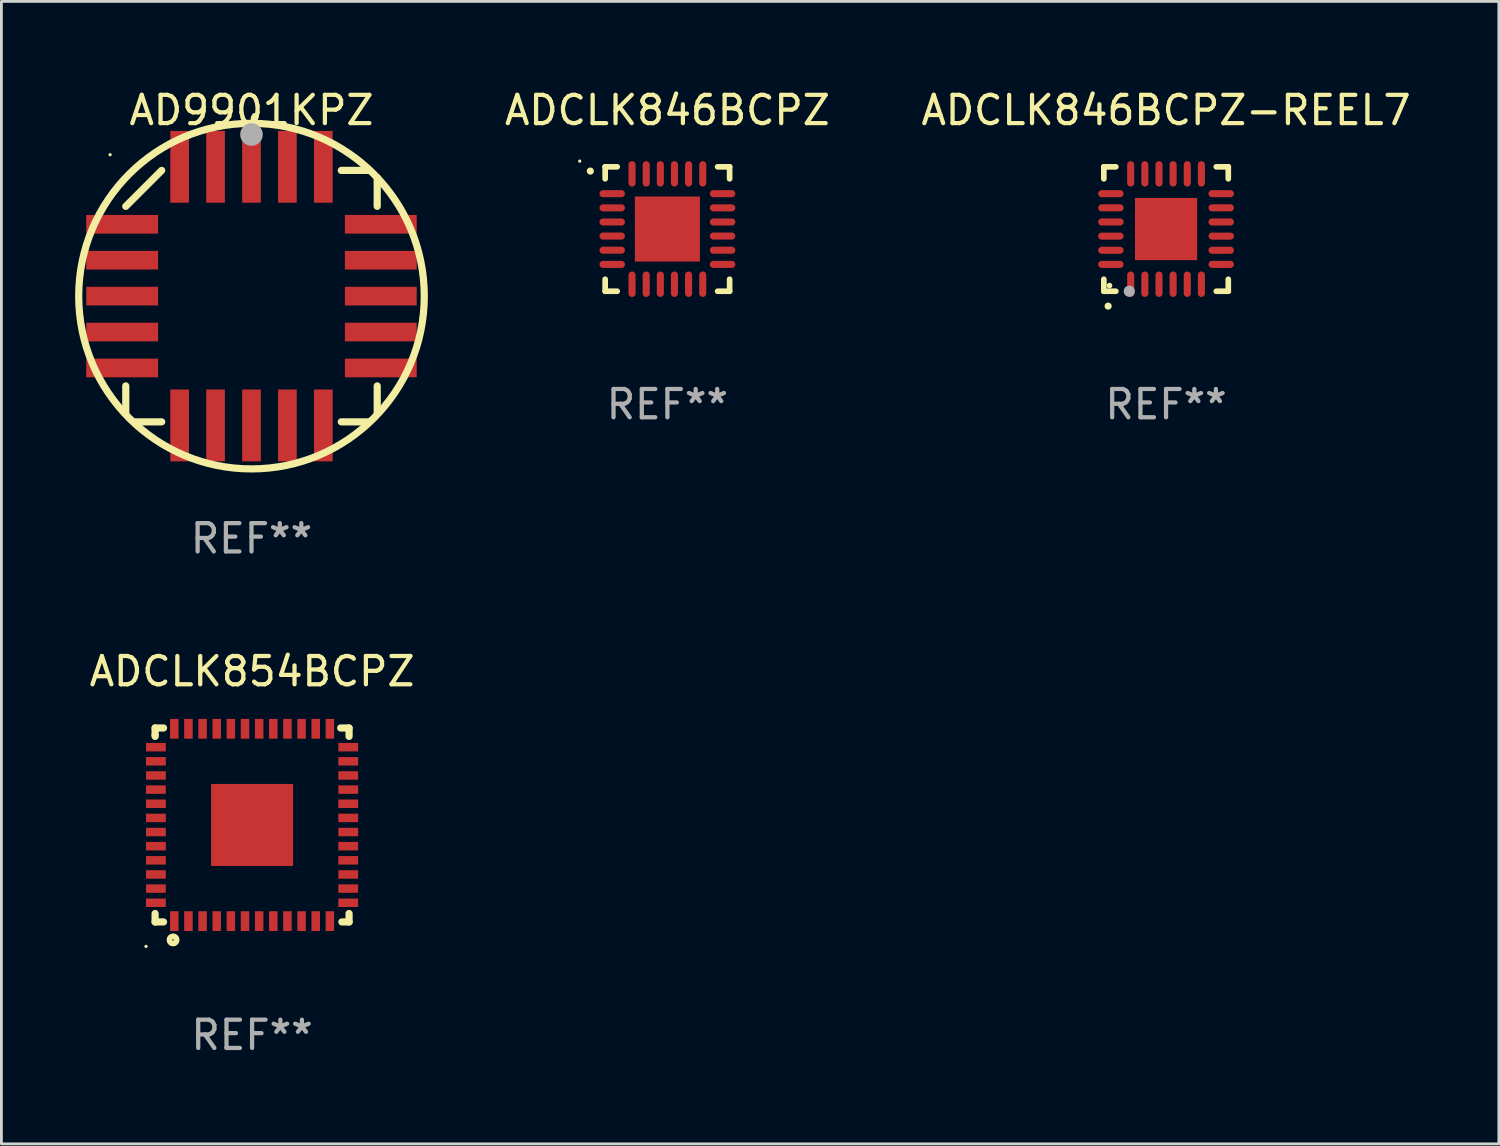
<source format=kicad_pcb>
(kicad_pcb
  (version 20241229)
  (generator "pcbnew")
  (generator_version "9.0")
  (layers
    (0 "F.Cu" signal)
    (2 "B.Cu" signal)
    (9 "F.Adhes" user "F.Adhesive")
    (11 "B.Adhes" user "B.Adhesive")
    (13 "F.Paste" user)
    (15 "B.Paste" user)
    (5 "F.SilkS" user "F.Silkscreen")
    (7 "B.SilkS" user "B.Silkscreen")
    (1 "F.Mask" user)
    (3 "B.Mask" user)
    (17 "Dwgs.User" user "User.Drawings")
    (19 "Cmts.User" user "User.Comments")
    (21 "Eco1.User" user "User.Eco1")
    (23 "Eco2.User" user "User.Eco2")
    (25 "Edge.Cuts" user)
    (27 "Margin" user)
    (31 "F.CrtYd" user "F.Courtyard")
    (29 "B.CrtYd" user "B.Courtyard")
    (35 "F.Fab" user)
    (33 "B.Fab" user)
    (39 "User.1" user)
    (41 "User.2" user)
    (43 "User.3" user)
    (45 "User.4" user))
  (footprint "AD9901KPZ"
    (layer "F.Cu")
    (at 5.842 7.42)
    (property "Reference" "AD9901KPZ" (at 0 -6.572 0) (layer "F.SilkS") (effects (font (size 1 1) (thickness 0.15))))
    (attr through_hole)
    (fp_line (start -4.445 -3.175) (end -3.175 -4.445) (stroke (width 0.254) (type solid)) (layer "F.SilkS"))
    (fp_line (start -4.445 4.166) (end -4.445 3.175) (stroke (width 0.254) (type solid)) (layer "F.SilkS"))
    (fp_line (start -4.166 4.445) (end -3.175 4.445) (stroke (width 0.254) (type solid)) (layer "F.SilkS"))
    (fp_line (start 4.166 -4.445) (end 3.175 -4.445) (stroke (width 0.254) (type solid)) (layer "F.SilkS"))
    (fp_line (start 4.166 4.445) (end 3.175 4.445) (stroke (width 0.254) (type solid)) (layer "F.SilkS"))
    (fp_line (start 4.445 -4.191) (end 4.445 -3.175) (stroke (width 0.254) (type solid)) (layer "F.SilkS"))
    (fp_line (start 4.445 4.166) (end 4.445 3.175) (stroke (width 0.254) (type solid)) (layer "F.SilkS"))
    (fp_arc (start 0.094488 -6.268199) (mid 0.102323 -6.311971) (end 0.124968 -6.350241) (stroke (width 0.249936) (type solid)) (layer "F.SilkS"))
    (fp_arc (start 4.191008 -4.445009) (mid -4.19103 4.445031) (end 4.191008 -4.445009) (stroke (width 0.254001) (type solid)) (layer "F.SilkS"))
    (fp_circle (center -5 -5) (end -4.97 -5) (stroke (width 0.06) (type solid)) (fill no) (layer "F.SilkS"))
    (fp_circle (center 0 -5.715) (end 0.2 -5.715) (stroke (width 0.4) (type solid)) (fill no) (layer "F.Fab"))
    (fp_text user "REF**" (at 0 8.572 0) (layer "F.Fab") (effects (font (size 1 1) (thickness 0.15))))
    (pad "1" smd rect (at 0 -4.572) (size 0.66 2.54) (layers "F.Cu" "F.Mask" "F.Paste"))
    (pad "2" smd rect (at -1.27 -4.572) (size 0.66 2.54) (layers "F.Cu" "F.Mask" "F.Paste"))
    (pad "3" smd rect (at -2.54 -4.572) (size 0.66 2.54) (layers "F.Cu" "F.Mask" "F.Paste"))
    (pad "4" smd rect (at -4.572 -2.54) (size 2.54 0.66) (layers "F.Cu" "F.Mask" "F.Paste"))
    (pad "5" smd rect (at -4.572 -1.27) (size 2.54 0.66) (layers "F.Cu" "F.Mask" "F.Paste"))
    (pad "6" smd rect (at -4.572 0) (size 2.54 0.66) (layers "F.Cu" "F.Mask" "F.Paste"))
    (pad "7" smd rect (at -4.572 1.27) (size 2.54 0.66) (layers "F.Cu" "F.Mask" "F.Paste"))
    (pad "8" smd rect (at -4.572 2.54) (size 2.54 0.66) (layers "F.Cu" "F.Mask" "F.Paste"))
    (pad "9" smd rect (at -2.54 4.572) (size 0.66 2.54) (layers "F.Cu" "F.Mask" "F.Paste"))
    (pad "10" smd rect (at -1.27 4.572) (size 0.66 2.54) (layers "F.Cu" "F.Mask" "F.Paste"))
    (pad "11" smd rect (at 0 4.572) (size 0.66 2.54) (layers "F.Cu" "F.Mask" "F.Paste"))
    (pad "12" smd rect (at 1.27 4.572) (size 0.66 2.54) (layers "F.Cu" "F.Mask" "F.Paste"))
    (pad "13" smd rect (at 2.54 4.572) (size 0.66 2.54) (layers "F.Cu" "F.Mask" "F.Paste"))
    (pad "14" smd rect (at 4.572 2.54) (size 2.54 0.66) (layers "F.Cu" "F.Mask" "F.Paste"))
    (pad "15" smd rect (at 4.572 1.27) (size 2.54 0.66) (layers "F.Cu" "F.Mask" "F.Paste"))
    (pad "16" smd rect (at 4.572 0) (size 2.54 0.66) (layers "F.Cu" "F.Mask" "F.Paste"))
    (pad "17" smd rect (at 4.572 -1.27) (size 2.54 0.66) (layers "F.Cu" "F.Mask" "F.Paste"))
    (pad "18" smd rect (at 4.572 -2.54) (size 2.54 0.66) (layers "F.Cu" "F.Mask" "F.Paste"))
    (pad "19" smd rect (at 2.54 -4.572) (size 0.66 2.54) (layers "F.Cu" "F.Mask" "F.Paste"))
    (pad "20" smd rect (at 1.27 -4.572) (size 0.66 2.54) (layers "F.Cu" "F.Mask" "F.Paste")))
  (footprint "ADCLK846BCPZ-REEL7"
    (layer "F.Cu")
    (at 38.178 5.048)
    (property "Reference" "ADCLK846BCPZ-REEL7" (at 0 -4.2 0) (layer "F.SilkS") (effects (font (size 1 1) (thickness 0.15))))
    (attr through_hole)
    (fp_line (start -2.2 -2.2) (end -2.2 -1.775) (stroke (width 0.2) (type solid)) (layer "F.SilkS"))
    (fp_line (start -2.2 2.2) (end -2.2 1.775) (stroke (width 0.2) (type solid)) (layer "F.SilkS"))
    (fp_line (start -1.775 -2.2) (end -2.2 -2.2) (stroke (width 0.2) (type solid)) (layer "F.SilkS"))
    (fp_line (start -1.775 2.2) (end -2.2 2.2) (stroke (width 0.2) (type solid)) (layer "F.SilkS"))
    (fp_line (start 2.2 -2.2) (end 1.775 -2.2) (stroke (width 0.2) (type solid)) (layer "F.SilkS"))
    (fp_line (start 2.2 -1.775) (end 2.2 -2.2) (stroke (width 0.2) (type solid)) (layer "F.SilkS"))
    (fp_line (start 2.2 1.775) (end 2.2 2.2) (stroke (width 0.2) (type solid)) (layer "F.SilkS"))
    (fp_line (start 2.2 2.2) (end 1.775 2.2) (stroke (width 0.2) (type solid)) (layer "F.SilkS"))
    (fp_arc (start -2.049784 2.725425) (mid -2.048514 2.725419) (end -2.047244 2.725425) (stroke (width 0.25) (type solid)) (layer "F.SilkS"))
    (fp_circle (center -2 2) (end -1.95 2) (stroke (width 0.1) (type solid)) (fill no) (layer "F.SilkS"))
    (fp_circle (center -1.3 2.2) (end -1.2 2.2) (stroke (width 0.2) (type solid)) (fill no) (layer "F.Fab"))
    (fp_text user "REF**" (at 0 6.2 0) (layer "F.Fab") (effects (font (size 1 1) (thickness 0.15))))
    (pad "1" smd oval (at -1.25 1.951) (size 0.25 0.9) (layers "F.Cu" "F.Mask" "F.Paste"))
    (pad "2" smd oval (at -0.75 1.951) (size 0.25 0.9) (layers "F.Cu" "F.Mask" "F.Paste"))
    (pad "3" smd oval (at -0.25 1.951) (size 0.25 0.9) (layers "F.Cu" "F.Mask" "F.Paste"))
    (pad "4" smd oval (at 0.25 1.951) (size 0.25 0.9) (layers "F.Cu" "F.Mask" "F.Paste"))
    (pad "5" smd oval (at 0.75 1.951) (size 0.25 0.9) (layers "F.Cu" "F.Mask" "F.Paste"))
    (pad "6" smd oval (at 1.25 1.951) (size 0.25 0.9) (layers "F.Cu" "F.Mask" "F.Paste"))
    (pad "7" smd oval (at 1.951 1.25) (size 0.9 0.25) (layers "F.Cu" "F.Mask" "F.Paste"))
    (pad "8" smd oval (at 1.951 0.75) (size 0.9 0.25) (layers "F.Cu" "F.Mask" "F.Paste"))
    (pad "9" smd oval (at 1.951 0.25) (size 0.9 0.25) (layers "F.Cu" "F.Mask" "F.Paste"))
    (pad "10" smd oval (at 1.951 -0.25) (size 0.9 0.25) (layers "F.Cu" "F.Mask" "F.Paste"))
    (pad "11" smd oval (at 1.951 -0.75) (size 0.9 0.25) (layers "F.Cu" "F.Mask" "F.Paste"))
    (pad "12" smd oval (at 1.951 -1.25) (size 0.9 0.25) (layers "F.Cu" "F.Mask" "F.Paste"))
    (pad "13" smd oval (at 1.25 -1.951) (size 0.25 0.9) (layers "F.Cu" "F.Mask" "F.Paste"))
    (pad "14" smd oval (at 0.75 -1.951) (size 0.25 0.9) (layers "F.Cu" "F.Mask" "F.Paste"))
    (pad "15" smd oval (at 0.25 -1.951) (size 0.25 0.9) (layers "F.Cu" "F.Mask" "F.Paste"))
    (pad "16" smd oval (at -0.25 -1.951) (size 0.25 0.9) (layers "F.Cu" "F.Mask" "F.Paste"))
    (pad "17" smd oval (at -0.75 -1.951) (size 0.25 0.9) (layers "F.Cu" "F.Mask" "F.Paste"))
    (pad "18" smd oval (at -1.25 -1.951) (size 0.25 0.9) (layers "F.Cu" "F.Mask" "F.Paste"))
    (pad "19" smd oval (at -1.951 -1.25) (size 0.9 0.25) (layers "F.Cu" "F.Mask" "F.Paste"))
    (pad "20" smd oval (at -1.951 -0.75) (size 0.9 0.25) (layers "F.Cu" "F.Mask" "F.Paste"))
    (pad "21" smd oval (at -1.951 -0.25) (size 0.9 0.25) (layers "F.Cu" "F.Mask" "F.Paste"))
    (pad "22" smd oval (at -1.951 0.25) (size 0.9 0.25) (layers "F.Cu" "F.Mask" "F.Paste"))
    (pad "23" smd oval (at -1.951 0.75) (size 0.9 0.25) (layers "F.Cu" "F.Mask" "F.Paste"))
    (pad "24" smd oval (at -1.951 1.25) (size 0.9 0.25) (layers "F.Cu" "F.Mask" "F.Paste"))
    (pad "25" smd rect (at 0.000076 0) (size 2.2 2.2) (layers "F.Cu" "F.Mask" "F.Paste")))
  (footprint "ADCLK846BCPZ"
    (layer "F.Cu")
    (at 20.547 5.048)
    (property "Reference" "ADCLK846BCPZ" (at 0 -4.2 0) (layer "F.SilkS") (effects (font (size 1 1) (thickness 0.15))))
    (attr through_hole)
    (fp_line (start -2.2 -2.2) (end -1.775 -2.2) (stroke (width 0.2) (type solid)) (layer "F.SilkS"))
    (fp_line (start -2.2 -1.775) (end -2.2 -2.2) (stroke (width 0.2) (type solid)) (layer "F.SilkS"))
    (fp_line (start -2.2 2.2) (end -2.2 1.775) (stroke (width 0.2) (type solid)) (layer "F.SilkS"))
    (fp_line (start -1.775 2.2) (end -2.2 2.2) (stroke (width 0.2) (type solid)) (layer "F.SilkS"))
    (fp_line (start 1.775 2.2) (end 2.2 2.2) (stroke (width 0.2) (type solid)) (layer "F.SilkS"))
    (fp_line (start 2.2 -2.2) (end 1.775 -2.2) (stroke (width 0.2) (type solid)) (layer "F.SilkS"))
    (fp_line (start 2.2 -1.775) (end 2.2 -2.2) (stroke (width 0.2) (type solid)) (layer "F.SilkS"))
    (fp_line (start 2.2 2.2) (end 2.2 1.775) (stroke (width 0.2) (type solid)) (layer "F.SilkS"))
    (fp_arc (start -2.725425 -2.047244) (mid -2.725431 -2.048514) (end -2.725425 -2.049784) (stroke (width 0.25) (type solid)) (layer "F.SilkS"))
    (fp_circle (center -3.1 -2.401) (end -3.07 -2.401) (stroke (width 0.06) (type solid)) (fill no) (layer "F.SilkS"))
    (fp_text user "REF**" (at 0 6.2 0) (layer "F.Fab") (effects (font (size 1 1) (thickness 0.15))))
    (pad "1" smd oval (at -1.951 -1.25 90) (size 0.25 0.9) (layers "F.Cu" "F.Mask" "F.Paste"))
    (pad "2" smd oval (at -1.951 -0.749 90) (size 0.25 0.9) (layers "F.Cu" "F.Mask" "F.Paste"))
    (pad "3" smd oval (at -1.951 -0.249 90) (size 0.25 0.9) (layers "F.Cu" "F.Mask" "F.Paste"))
    (pad "4" smd oval (at -1.951 0.249 90) (size 0.25 0.9) (layers "F.Cu" "F.Mask" "F.Paste"))
    (pad "5" smd oval (at -1.951 0.749 90) (size 0.25 0.9) (layers "F.Cu" "F.Mask" "F.Paste"))
    (pad "6" smd oval (at -1.951 1.25 90) (size 0.25 0.9) (layers "F.Cu" "F.Mask" "F.Paste"))
    (pad "7" smd oval (at -1.25 1.951) (size 0.25 0.9) (layers "F.Cu" "F.Mask" "F.Paste"))
    (pad "8" smd oval (at -0.749 1.951) (size 0.25 0.9) (layers "F.Cu" "F.Mask" "F.Paste"))
    (pad "9" smd oval (at -0.249 1.951) (size 0.25 0.9) (layers "F.Cu" "F.Mask" "F.Paste"))
    (pad "10" smd oval (at 0.249 1.951) (size 0.25 0.9) (layers "F.Cu" "F.Mask" "F.Paste"))
    (pad "11" smd oval (at 0.749 1.951) (size 0.25 0.9) (layers "F.Cu" "F.Mask" "F.Paste"))
    (pad "12" smd oval (at 1.25 1.951) (size 0.25 0.9) (layers "F.Cu" "F.Mask" "F.Paste"))
    (pad "13" smd oval (at 1.951 1.25 90) (size 0.25 0.9) (layers "F.Cu" "F.Mask" "F.Paste"))
    (pad "14" smd oval (at 1.951 0.749 90) (size 0.25 0.9) (layers "F.Cu" "F.Mask" "F.Paste"))
    (pad "15" smd oval (at 1.951 0.249 90) (size 0.25 0.9) (layers "F.Cu" "F.Mask" "F.Paste"))
    (pad "16" smd oval (at 1.951 -0.249 90) (size 0.25 0.9) (layers "F.Cu" "F.Mask" "F.Paste"))
    (pad "17" smd oval (at 1.951 -0.749 90) (size 0.25 0.9) (layers "F.Cu" "F.Mask" "F.Paste"))
    (pad "18" smd oval (at 1.951 -1.25 90) (size 0.25 0.9) (layers "F.Cu" "F.Mask" "F.Paste"))
    (pad "19" smd oval (at 1.25 -1.951) (size 0.25 0.9) (layers "F.Cu" "F.Mask" "F.Paste"))
    (pad "20" smd oval (at 0.749 -1.951) (size 0.25 0.9) (layers "F.Cu" "F.Mask" "F.Paste"))
    (pad "21" smd oval (at 0.249 -1.951) (size 0.25 0.9) (layers "F.Cu" "F.Mask" "F.Paste"))
    (pad "22" smd oval (at -0.249 -1.951) (size 0.25 0.9) (layers "F.Cu" "F.Mask" "F.Paste"))
    (pad "23" smd oval (at -0.749 -1.951) (size 0.25 0.9) (layers "F.Cu" "F.Mask" "F.Paste"))
    (pad "24" smd oval (at -1.25 -1.951) (size 0.25 0.9) (layers "F.Cu" "F.Mask" "F.Paste"))
    (pad "25" smd rect (at 0 0) (size 2.3 2.3) (layers "F.Cu" "F.Mask" "F.Paste")))
  (footprint "ADCLK854BCPZ"
    (layer "F.Cu")
    (at 5.863 26.118)
    (property "Reference" "ADCLK854BCPZ" (at 0 -5.429 0) (layer "F.SilkS") (effects (font (size 1 1) (thickness 0.15))))
    (attr through_hole)
    (fp_line (start -3.429 -3.429) (end -3.429 -3.175) (stroke (width 0.254) (type solid)) (layer "F.SilkS"))
    (fp_line (start -3.429 -3.175) (end -3.429 -3.131) (stroke (width 0.254) (type solid)) (layer "F.SilkS"))
    (fp_line (start -3.429 3.131) (end -3.429 3.429) (stroke (width 0.254) (type solid)) (layer "F.SilkS"))
    (fp_line (start -3.429 3.429) (end -3.131 3.429) (stroke (width 0.254) (type solid)) (layer "F.SilkS"))
    (fp_line (start -3.131 -3.429) (end -3.429 -3.429) (stroke (width 0.254) (type solid)) (layer "F.SilkS"))
    (fp_line (start 3.131 -3.429) (end 3.429 -3.429) (stroke (width 0.254) (type solid)) (layer "F.SilkS"))
    (fp_line (start 3.429 -3.429) (end 3.429 -3.131) (stroke (width 0.254) (type solid)) (layer "F.SilkS"))
    (fp_line (start 3.429 3.131) (end 3.429 3.429) (stroke (width 0.254) (type solid)) (layer "F.SilkS"))
    (fp_line (start 3.429 3.429) (end 3.175 3.429) (stroke (width 0.254) (type solid)) (layer "F.SilkS"))
    (fp_circle (center -3.75 4.293) (end -3.72 4.293) (stroke (width 0.06) (type solid)) (fill no) (layer "F.SilkS"))
    (fp_circle (center -2.794 4.064) (end -2.667 4.064) (stroke (width 0.204) (type solid)) (fill no) (layer "F.SilkS"))
    (fp_text user "REF**" (at 0 7.429 0) (layer "F.Fab") (effects (font (size 1 1) (thickness 0.15))))
    (pad "1" smd rect (at -2.75 3.4) (size 0.3 0.7) (layers "F.Cu" "F.Mask" "F.Paste"))
    (pad "2" smd rect (at -2.25 3.4) (size 0.3 0.7) (layers "F.Cu" "F.Mask" "F.Paste"))
    (pad "3" smd rect (at -1.75 3.4) (size 0.3 0.7) (layers "F.Cu" "F.Mask" "F.Paste"))
    (pad "4" smd rect (at -1.25 3.4) (size 0.3 0.7) (layers "F.Cu" "F.Mask" "F.Paste"))
    (pad "5" smd rect (at -0.75 3.4) (size 0.3 0.7) (layers "F.Cu" "F.Mask" "F.Paste"))
    (pad "6" smd rect (at -0.25 3.4) (size 0.3 0.7) (layers "F.Cu" "F.Mask" "F.Paste"))
    (pad "7" smd rect (at 0.25 3.4) (size 0.3 0.7) (layers "F.Cu" "F.Mask" "F.Paste"))
    (pad "8" smd rect (at 0.75 3.4) (size 0.3 0.7) (layers "F.Cu" "F.Mask" "F.Paste"))
    (pad "9" smd rect (at 1.25 3.4) (size 0.3 0.7) (layers "F.Cu" "F.Mask" "F.Paste"))
    (pad "10" smd rect (at 1.75 3.4) (size 0.3 0.7) (layers "F.Cu" "F.Mask" "F.Paste"))
    (pad "11" smd rect (at 2.25 3.4) (size 0.3 0.7) (layers "F.Cu" "F.Mask" "F.Paste"))
    (pad "12" smd rect (at 2.75 3.4) (size 0.3 0.7) (layers "F.Cu" "F.Mask" "F.Paste"))
    (pad "13" smd rect (at 3.4 2.75) (size 0.7 0.3) (layers "F.Cu" "F.Mask" "F.Paste"))
    (pad "14" smd rect (at 3.4 2.25) (size 0.7 0.3) (layers "F.Cu" "F.Mask" "F.Paste"))
    (pad "15" smd rect (at 3.4 1.75) (size 0.7 0.3) (layers "F.Cu" "F.Mask" "F.Paste"))
    (pad "16" smd rect (at 3.4 1.25) (size 0.7 0.3) (layers "F.Cu" "F.Mask" "F.Paste"))
    (pad "17" smd rect (at 3.4 0.75) (size 0.7 0.3) (layers "F.Cu" "F.Mask" "F.Paste"))
    (pad "18" smd rect (at 3.4 0.25) (size 0.7 0.3) (layers "F.Cu" "F.Mask" "F.Paste"))
    (pad "19" smd rect (at 3.4 -0.25) (size 0.7 0.3) (layers "F.Cu" "F.Mask" "F.Paste"))
    (pad "20" smd rect (at 3.4 -0.75) (size 0.7 0.3) (layers "F.Cu" "F.Mask" "F.Paste"))
    (pad "21" smd rect (at 3.4 -1.25) (size 0.7 0.3) (layers "F.Cu" "F.Mask" "F.Paste"))
    (pad "22" smd rect (at 3.4 -1.75) (size 0.7 0.3) (layers "F.Cu" "F.Mask" "F.Paste"))
    (pad "23" smd rect (at 3.4 -2.25) (size 0.7 0.3) (layers "F.Cu" "F.Mask" "F.Paste"))
    (pad "24" smd rect (at 3.4 -2.75) (size 0.7 0.3) (layers "F.Cu" "F.Mask" "F.Paste"))
    (pad "25" smd rect (at 2.75 -3.4) (size 0.3 0.7) (layers "F.Cu" "F.Mask" "F.Paste"))
    (pad "26" smd rect (at 2.25 -3.4) (size 0.3 0.7) (layers "F.Cu" "F.Mask" "F.Paste"))
    (pad "27" smd rect (at 1.75 -3.4) (size 0.3 0.7) (layers "F.Cu" "F.Mask" "F.Paste"))
    (pad "28" smd rect (at 1.25 -3.4) (size 0.3 0.7) (layers "F.Cu" "F.Mask" "F.Paste"))
    (pad "29" smd rect (at 0.75 -3.4) (size 0.3 0.7) (layers "F.Cu" "F.Mask" "F.Paste"))
    (pad "30" smd rect (at 0.25 -3.4) (size 0.3 0.7) (layers "F.Cu" "F.Mask" "F.Paste"))
    (pad "31" smd rect (at -0.25 -3.4) (size 0.3 0.7) (layers "F.Cu" "F.Mask" "F.Paste"))
    (pad "32" smd rect (at -0.75 -3.4) (size 0.3 0.7) (layers "F.Cu" "F.Mask" "F.Paste"))
    (pad "33" smd rect (at -1.25 -3.4) (size 0.3 0.7) (layers "F.Cu" "F.Mask" "F.Paste"))
    (pad "34" smd rect (at -1.75 -3.4) (size 0.3 0.7) (layers "F.Cu" "F.Mask" "F.Paste"))
    (pad "35" smd rect (at -2.25 -3.4) (size 0.3 0.7) (layers "F.Cu" "F.Mask" "F.Paste"))
    (pad "36" smd rect (at -2.75 -3.4) (size 0.3 0.7) (layers "F.Cu" "F.Mask" "F.Paste"))
    (pad "37" smd rect (at -3.4 -2.75) (size 0.7 0.3) (layers "F.Cu" "F.Mask" "F.Paste"))
    (pad "38" smd rect (at -3.4 -2.25) (size 0.7 0.3) (layers "F.Cu" "F.Mask" "F.Paste"))
    (pad "39" smd rect (at -3.4 -1.75) (size 0.7 0.3) (layers "F.Cu" "F.Mask" "F.Paste"))
    (pad "40" smd rect (at -3.4 -1.25) (size 0.7 0.3) (layers "F.Cu" "F.Mask" "F.Paste"))
    (pad "41" smd rect (at -3.4 -0.75) (size 0.7 0.3) (layers "F.Cu" "F.Mask" "F.Paste"))
    (pad "42" smd rect (at -3.4 -0.25) (size 0.7 0.3) (layers "F.Cu" "F.Mask" "F.Paste"))
    (pad "43" smd rect (at -3.4 0.25) (size 0.7 0.3) (layers "F.Cu" "F.Mask" "F.Paste"))
    (pad "44" smd rect (at -3.4 0.75) (size 0.7 0.3) (layers "F.Cu" "F.Mask" "F.Paste"))
    (pad "45" smd rect (at -3.4 1.25) (size 0.7 0.3) (layers "F.Cu" "F.Mask" "F.Paste"))
    (pad "46" smd rect (at -3.4 1.75) (size 0.7 0.3) (layers "F.Cu" "F.Mask" "F.Paste"))
    (pad "47" smd rect (at -3.4 2.25) (size 0.7 0.3) (layers "F.Cu" "F.Mask" "F.Paste"))
    (pad "48" smd rect (at -3.4 2.75) (size 0.7 0.3) (layers "F.Cu" "F.Mask" "F.Paste"))
    (pad "49" smd rect (at 0 0) (size 2.9 2.9) (layers "F.Cu" "F.Mask" "F.Paste")))
  (gr_rect
    (start -3 -3)
    (end 49.946 37.395)
    (stroke (width 0.1) (type default))
    (fill no)
    (layer "Edge.Cuts")))
</source>
